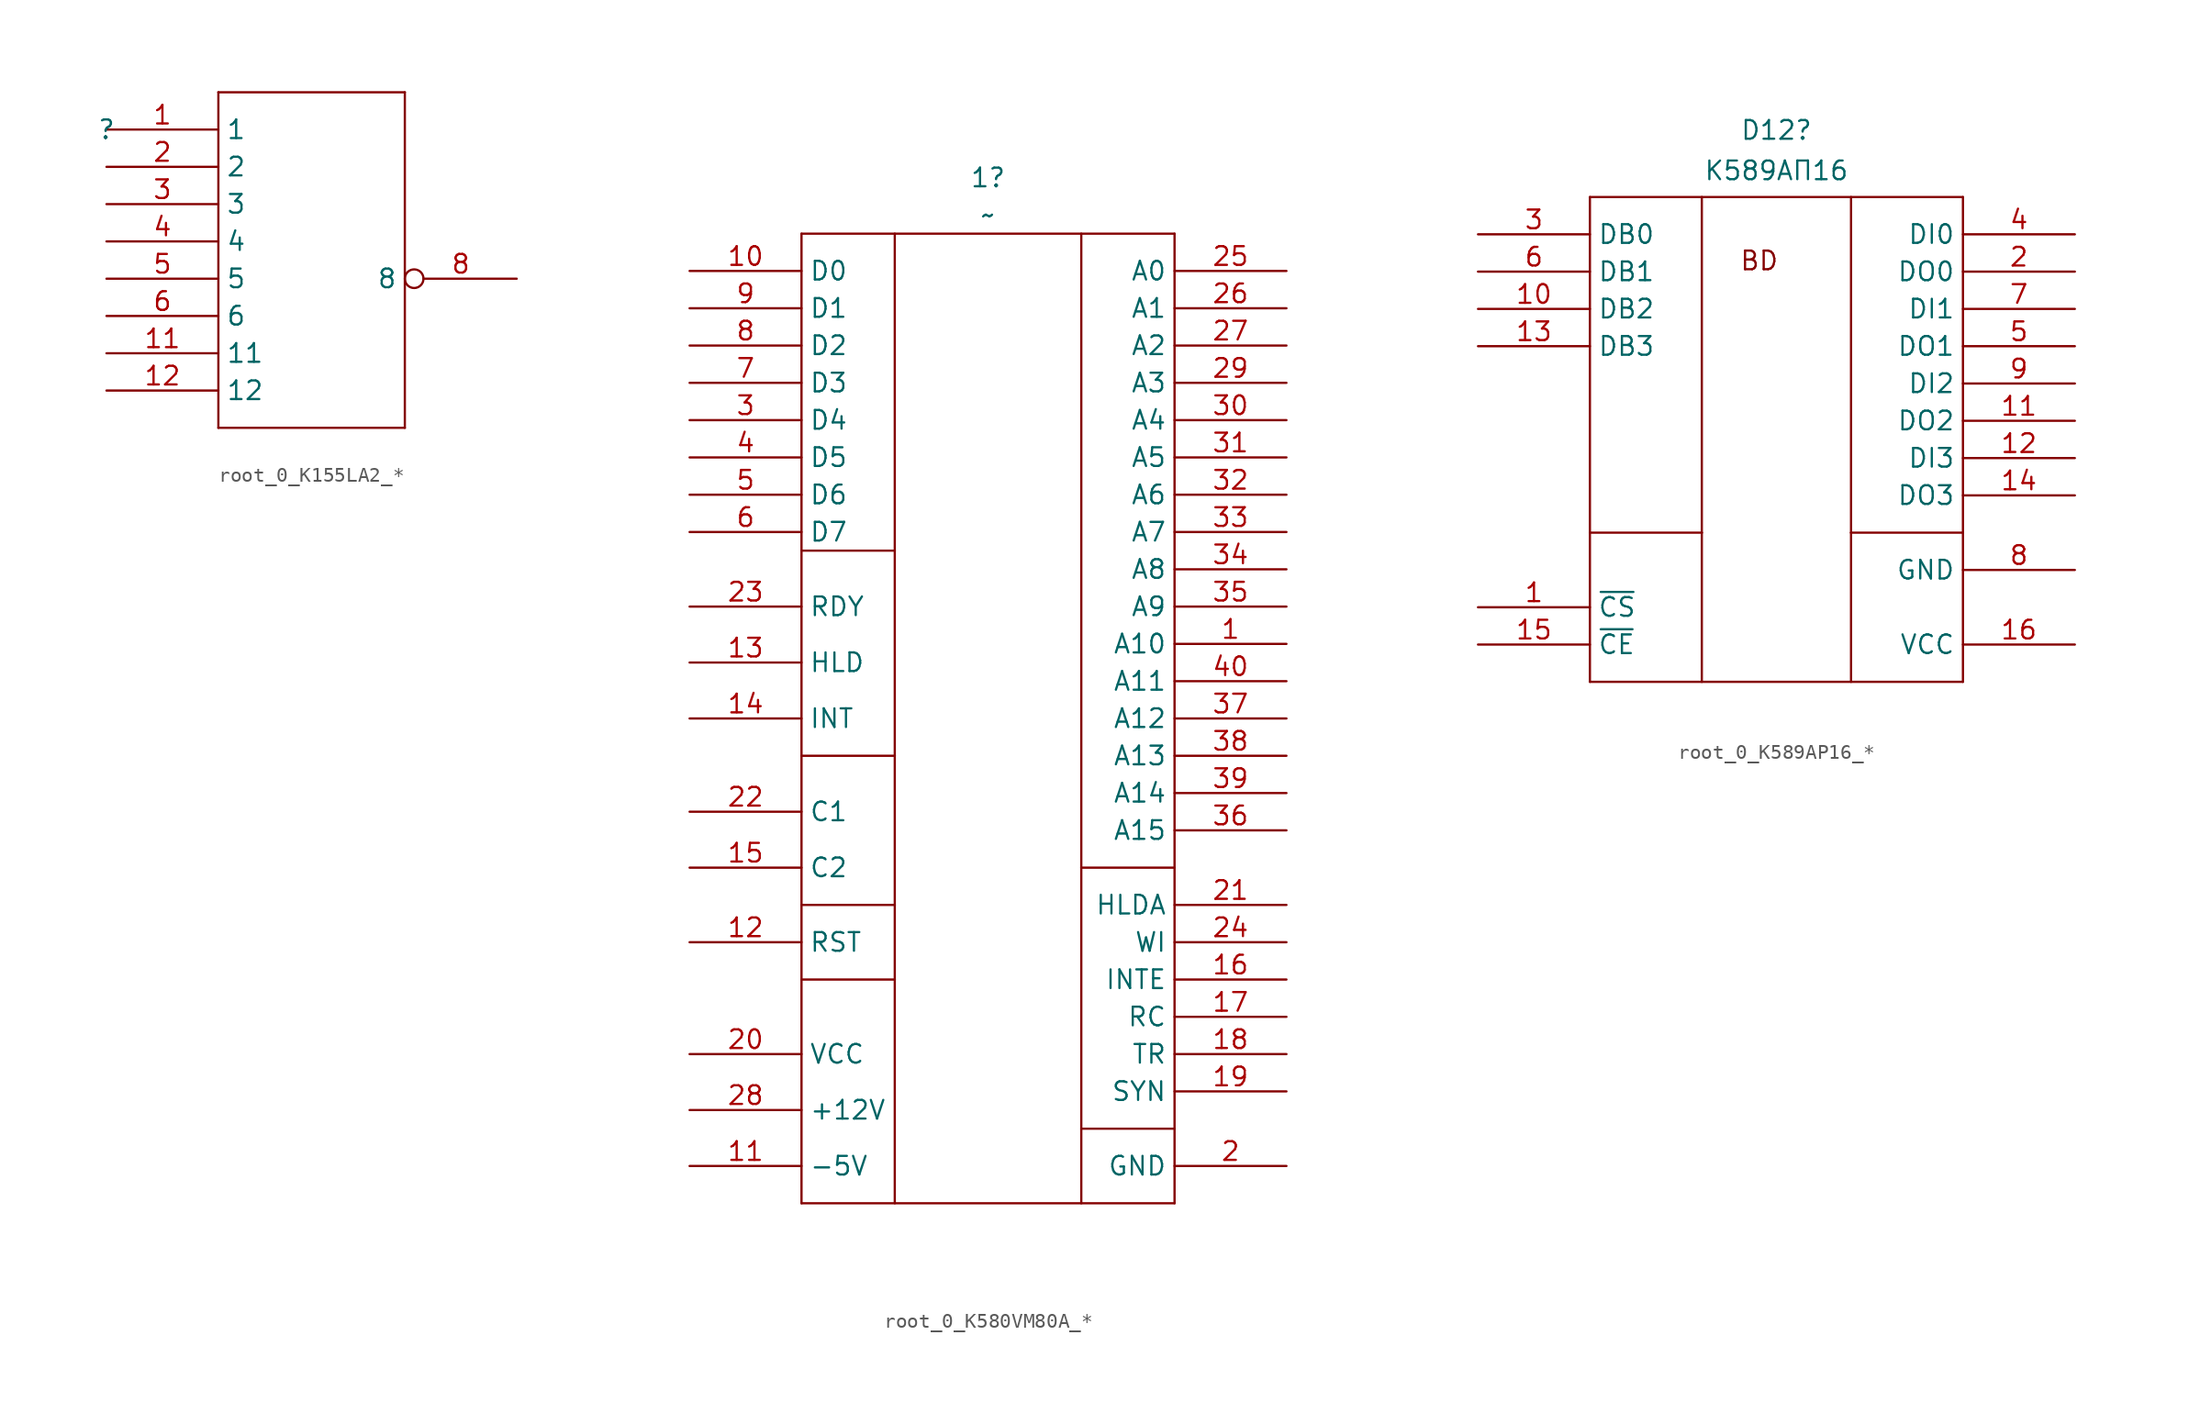
<source format=kicad_sym>
(kicad_symbol_lib
  (version 20241209)
  (generator "kicad_symbol_editor")
  (generator_version "9.0")
  (symbol "root_0_K155LA2_*"
    (property "Reference" ""
      (at 0 0 0)
      (effects (font (size 1.27 1.27))))
    (property "Value" ""
      (at 0 0 0)
      (effects (font (size 1.27 1.27))))
    (symbol "root_0_K155LA2_*_0_0"
      (pin power_in line (at 10.16 -7.62 90) (length 7.62) (hide yes) (name "GND" (effects (font (size 1.27 1.27)))) (number "7" (effects (font (size 1.27 1.27)))))
      (pin passive line (at 12.7 -7.62 90) (length 7.62) (hide yes) (name "" (effects (font (size 1.27 1.27)))) (number "9" (effects (font (size 1.27 1.27)))))
      (pin passive line (at 15.24 -7.62 90) (length 7.62) (hide yes) (name "" (effects (font (size 1.27 1.27)))) (number "10" (effects (font (size 1.27 1.27)))))
      (pin passive line (at 17.78 -7.62 90) (length 7.62) (hide yes) (name "" (effects (font (size 1.27 1.27)))) (number "13" (effects (font (size 1.27 1.27)))))
      (pin power_in line (at 20.32 -7.62 90) (length 7.62) (hide yes) (name "VCC" (effects (font (size 1.27 1.27)))) (number "14" (effects (font (size 1.27 1.27))))))
    (symbol "root_0_K155LA2_*_1_0"
      (polyline (pts (xy 7.62 2.54) (xy 20.32 2.54)) (stroke (width 0) (type solid)) (fill (type none)))
      (polyline (pts (xy 7.62 -20.32) (xy 7.62 2.54)) (stroke (width 0) (type solid)) (fill (type none)))
      (polyline (pts (xy 20.32 2.54) (xy 20.32 -20.32)) (stroke (width 0) (type solid)) (fill (type none)))
      (polyline (pts (xy 20.32 -20.32) (xy 7.62 -20.32)) (stroke (width 0) (type solid)) (fill (type none)))
      (pin passive line (at 0 0 0) (length 7.62) (name "1" (effects (font (size 1.27 1.27)))) (number "1" (effects (font (size 1.27 1.27)))))
      (pin passive line (at 0 -2.54 0) (length 7.62) (name "2" (effects (font (size 1.27 1.27)))) (number "2" (effects (font (size 1.27 1.27)))))
      (pin passive line (at 0 -5.08 0) (length 7.62) (name "3" (effects (font (size 1.27 1.27)))) (number "3" (effects (font (size 1.27 1.27)))))
      (pin passive line (at 0 -7.62 0) (length 7.62) (name "4" (effects (font (size 1.27 1.27)))) (number "4" (effects (font (size 1.27 1.27)))))
      (pin passive line (at 0 -10.16 0) (length 7.62) (name "5" (effects (font (size 1.27 1.27)))) (number "5" (effects (font (size 1.27 1.27)))))
      (pin passive line (at 0 -12.7 0) (length 7.62) (name "6" (effects (font (size 1.27 1.27)))) (number "6" (effects (font (size 1.27 1.27)))))
      (pin passive line (at 0 -15.24 0) (length 7.62) (name "11" (effects (font (size 1.27 1.27)))) (number "11" (effects (font (size 1.27 1.27)))))
      (pin passive line (at 0 -17.78 0) (length 7.62) (name "12" (effects (font (size 1.27 1.27)))) (number "12" (effects (font (size 1.27 1.27)))))
      (pin passive inverted (at 27.94 -10.16 180) (length 7.62) (name "8" (effects (font (size 1.27 1.27)))) (number "8" (effects (font (size 1.27 1.27)))))))
  (symbol "root_0_K580VM80A_*"
    (property "Reference" "1"
      (at -20.32 31.75 0)
      (effects (font (size 1.27 1.27))))
    (property "Value" "~"
      (at -20.32 29.21 0)
      (effects (font (size 1.27 1.27))))
    (symbol "root_0_K580VM80A_*_1_0"
      (polyline (pts (xy -33.02 27.94) (xy -7.62 27.94)) (stroke (width 0) (type solid)) (fill (type none)))
      (polyline (pts (xy -33.02 6.35) (xy -26.67 6.35)) (stroke (width 0) (type solid)) (fill (type none)))
      (polyline (pts (xy -33.02 -7.62) (xy -26.67 -7.62)) (stroke (width 0) (type solid)) (fill (type none)))
      (polyline (pts (xy -33.02 -17.78) (xy -26.67 -17.78)) (stroke (width 0) (type solid)) (fill (type none)))
      (polyline (pts (xy -33.02 -22.86) (xy -26.67 -22.86)) (stroke (width 0) (type solid)) (fill (type none)))
      (polyline (pts (xy -33.02 -38.1) (xy -33.02 27.94)) (stroke (width 0) (type solid)) (fill (type none)))
      (polyline (pts (xy -26.67 -38.1) (xy -26.67 27.94)) (stroke (width 0) (type solid)) (fill (type none)))
      (polyline (pts (xy -13.97 -38.1) (xy -13.97 27.94)) (stroke (width 0) (type solid)) (fill (type none)))
      (polyline (pts (xy -7.62 27.94) (xy -7.62 -38.1)) (stroke (width 0) (type solid)) (fill (type none)))
      (polyline (pts (xy -7.62 -15.24) (xy -13.97 -15.24)) (stroke (width 0) (type solid)) (fill (type none)))
      (polyline (pts (xy -7.62 -33.02) (xy -13.97 -33.02)) (stroke (width 0) (type solid)) (fill (type none)))
      (polyline (pts (xy -7.62 -38.1) (xy -33.02 -38.1)) (stroke (width 0) (type solid)) (fill (type none)))
      (pin passive line (at -40.64 25.4 0) (length 7.62) (name "D0" (effects (font (size 1.27 1.27)))) (number "10" (effects (font (size 1.27 1.27)))))
      (pin passive line (at -40.64 22.86 0) (length 7.62) (name "D1" (effects (font (size 1.27 1.27)))) (number "9" (effects (font (size 1.27 1.27)))))
      (pin passive line (at -40.64 20.32 0) (length 7.62) (name "D2" (effects (font (size 1.27 1.27)))) (number "8" (effects (font (size 1.27 1.27)))))
      (pin passive line (at -40.64 17.78 0) (length 7.62) (name "D3" (effects (font (size 1.27 1.27)))) (number "7" (effects (font (size 1.27 1.27)))))
      (pin passive line (at -40.64 15.24 0) (length 7.62) (name "D4" (effects (font (size 1.27 1.27)))) (number "3" (effects (font (size 1.27 1.27)))))
      (pin passive line (at -40.64 12.7 0) (length 7.62) (name "D5" (effects (font (size 1.27 1.27)))) (number "4" (effects (font (size 1.27 1.27)))))
      (pin passive line (at -40.64 10.16 0) (length 7.62) (name "D6" (effects (font (size 1.27 1.27)))) (number "5" (effects (font (size 1.27 1.27)))))
      (pin passive line (at -40.64 7.62 0) (length 7.62) (name "D7" (effects (font (size 1.27 1.27)))) (number "6" (effects (font (size 1.27 1.27)))))
      (pin passive line (at -40.64 2.54 0) (length 7.62) (name "RDY" (effects (font (size 1.27 1.27)))) (number "23" (effects (font (size 1.27 1.27)))))
      (pin passive line (at -40.64 -1.27 0) (length 7.62) (name "HLD" (effects (font (size 1.27 1.27)))) (number "13" (effects (font (size 1.27 1.27)))))
      (pin passive line (at -40.64 -5.08 0) (length 7.62) (name "INT" (effects (font (size 1.27 1.27)))) (number "14" (effects (font (size 1.27 1.27)))))
      (pin passive line (at -40.64 -11.43 0) (length 7.62) (name "C1" (effects (font (size 1.27 1.27)))) (number "22" (effects (font (size 1.27 1.27)))))
      (pin passive line (at -40.64 -15.24 0) (length 7.62) (name "C2" (effects (font (size 1.27 1.27)))) (number "15" (effects (font (size 1.27 1.27)))))
      (pin passive line (at -40.64 -20.32 0) (length 7.62) (name "RST" (effects (font (size 1.27 1.27)))) (number "12" (effects (font (size 1.27 1.27)))))
      (pin passive line (at -40.64 -27.94 0) (length 7.62) (name "VCC" (effects (font (size 1.27 1.27)))) (number "20" (effects (font (size 1.27 1.27)))))
      (pin passive line (at -40.64 -31.75 0) (length 7.62) (name "+12V" (effects (font (size 1.27 1.27)))) (number "28" (effects (font (size 1.27 1.27)))))
      (pin passive line (at -40.64 -35.56 0) (length 7.62) (name "-5V" (effects (font (size 1.27 1.27)))) (number "11" (effects (font (size 1.27 1.27)))))
      (pin passive line (at 0 25.4 180) (length 7.62) (name "A0" (effects (font (size 1.27 1.27)))) (number "25" (effects (font (size 1.27 1.27)))))
      (pin passive line (at 0 22.86 180) (length 7.62) (name "A1" (effects (font (size 1.27 1.27)))) (number "26" (effects (font (size 1.27 1.27)))))
      (pin passive line (at 0 20.32 180) (length 7.62) (name "A2" (effects (font (size 1.27 1.27)))) (number "27" (effects (font (size 1.27 1.27)))))
      (pin passive line (at 0 17.78 180) (length 7.62) (name "A3" (effects (font (size 1.27 1.27)))) (number "29" (effects (font (size 1.27 1.27)))))
      (pin passive line (at 0 15.24 180) (length 7.62) (name "A4" (effects (font (size 1.27 1.27)))) (number "30" (effects (font (size 1.27 1.27)))))
      (pin passive line (at 0 12.7 180) (length 7.62) (name "A5" (effects (font (size 1.27 1.27)))) (number "31" (effects (font (size 1.27 1.27)))))
      (pin passive line (at 0 10.16 180) (length 7.62) (name "A6" (effects (font (size 1.27 1.27)))) (number "32" (effects (font (size 1.27 1.27)))))
      (pin passive line (at 0 7.62 180) (length 7.62) (name "A7" (effects (font (size 1.27 1.27)))) (number "33" (effects (font (size 1.27 1.27)))))
      (pin passive line (at 0 5.08 180) (length 7.62) (name "A8" (effects (font (size 1.27 1.27)))) (number "34" (effects (font (size 1.27 1.27)))))
      (pin passive line (at 0 2.54 180) (length 7.62) (name "A9" (effects (font (size 1.27 1.27)))) (number "35" (effects (font (size 1.27 1.27)))))
      (pin passive line (at 0 0 180) (length 7.62) (name "A10" (effects (font (size 1.27 1.27)))) (number "1" (effects (font (size 1.27 1.27)))))
      (pin passive line (at 0 -2.54 180) (length 7.62) (name "A11" (effects (font (size 1.27 1.27)))) (number "40" (effects (font (size 1.27 1.27)))))
      (pin passive line (at 0 -5.08 180) (length 7.62) (name "A12" (effects (font (size 1.27 1.27)))) (number "37" (effects (font (size 1.27 1.27)))))
      (pin passive line (at 0 -7.62 180) (length 7.62) (name "A13" (effects (font (size 1.27 1.27)))) (number "38" (effects (font (size 1.27 1.27)))))
      (pin passive line (at 0 -10.16 180) (length 7.62) (name "A14" (effects (font (size 1.27 1.27)))) (number "39" (effects (font (size 1.27 1.27)))))
      (pin passive line (at 0 -12.7 180) (length 7.62) (name "A15" (effects (font (size 1.27 1.27)))) (number "36" (effects (font (size 1.27 1.27)))))
      (pin passive line (at 0 -17.78 180) (length 7.62) (name "HLDA" (effects (font (size 1.27 1.27)))) (number "21" (effects (font (size 1.27 1.27)))))
      (pin passive line (at 0 -20.32 180) (length 7.62) (name "WI" (effects (font (size 1.27 1.27)))) (number "24" (effects (font (size 1.27 1.27)))))
      (pin passive line (at 0 -22.86 180) (length 7.62) (name "INTE" (effects (font (size 1.27 1.27)))) (number "16" (effects (font (size 1.27 1.27)))))
      (pin passive line (at 0 -25.4 180) (length 7.62) (name "RC" (effects (font (size 1.27 1.27)))) (number "17" (effects (font (size 1.27 1.27)))))
      (pin passive line (at 0 -27.94 180) (length 7.62) (name "TR" (effects (font (size 1.27 1.27)))) (number "18" (effects (font (size 1.27 1.27)))))
      (pin passive line (at 0 -30.48 180) (length 7.62) (name "SYN" (effects (font (size 1.27 1.27)))) (number "19" (effects (font (size 1.27 1.27)))))
      (pin passive line (at 0 -35.56 180) (length 7.62) (name "GND" (effects (font (size 1.27 1.27)))) (number "2" (effects (font (size 1.27 1.27)))))))
  (symbol "root_0_K589AP16_*"
    (property "Reference" "D12"
      (at 20.32 31.75 0)
      (effects (font (size 1.27 1.27)) (justify bottom)))
    (property "Value" "K589АП16"
      (at 20.32 30.48 0)
      (effects (font (size 1.27 1.27)) (justify top)))
    (symbol "root_0_K589AP16_*_1_0"
      (polyline (pts (xy 7.62 27.94) (xy 33.02 27.94)) (stroke (width 0) (type solid)) (fill (type none)))
      (polyline (pts (xy 7.62 5.08) (xy 15.24 5.08)) (stroke (width 0) (type solid)) (fill (type none)))
      (polyline (pts (xy 7.62 -5.08) (xy 7.62 27.94)) (stroke (width 0) (type solid)) (fill (type none)))
      (polyline (pts (xy 15.24 27.94) (xy 15.24 5.08)) (stroke (width 0) (type solid)) (fill (type none)))
      (polyline (pts (xy 15.24 5.08) (xy 15.24 -5.08)) (stroke (width 0) (type solid)) (fill (type none)))
      (polyline (pts (xy 25.4 27.94) (xy 25.4 5.08)) (stroke (width 0) (type solid)) (fill (type none)))
      (polyline (pts (xy 25.4 5.08) (xy 25.4 -5.08)) (stroke (width 0) (type solid)) (fill (type none)))
      (polyline (pts (xy 25.4 5.08) (xy 33.02 5.08)) (stroke (width 0) (type solid)) (fill (type none)))
      (polyline (pts (xy 33.02 27.94) (xy 33.02 5.08)) (stroke (width 0) (type solid)) (fill (type none)))
      (polyline (pts (xy 33.02 5.08) (xy 33.02 -5.08)) (stroke (width 0) (type solid)) (fill (type none)))
      (polyline (pts (xy 33.02 -5.08) (xy 7.62 -5.08)) (stroke (width 0) (type solid)) (fill (type none)))
      (text "BD" (at 17.78 22.86 0) (effects (font (size 1.27 1.27)) (justify left bottom)))
      (pin passive line (at 0 25.4 0) (length 7.62) (name "DB0" (effects (font (size 1.27 1.27)))) (number "3" (effects (font (size 1.27 1.27)))))
      (pin passive line (at 0 22.86 0) (length 7.62) (name "DB1" (effects (font (size 1.27 1.27)))) (number "6" (effects (font (size 1.27 1.27)))))
      (pin passive line (at 0 20.32 0) (length 7.62) (name "DB2" (effects (font (size 1.27 1.27)))) (number "10" (effects (font (size 1.27 1.27)))))
      (pin passive line (at 0 17.78 0) (length 7.62) (name "DB3" (effects (font (size 1.27 1.27)))) (number "13" (effects (font (size 1.27 1.27)))))
      (pin passive line (at 0 0 0) (length 7.62) (name "~{CS}" (effects (font (size 1.27 1.27)))) (number "1" (effects (font (size 1.27 1.27)))))
      (pin passive line (at 0 -2.54 0) (length 7.62) (name "~{CE}" (effects (font (size 1.27 1.27)))) (number "15" (effects (font (size 1.27 1.27)))))
      (pin passive line (at 40.64 25.4 180) (length 7.62) (name "DI0" (effects (font (size 1.27 1.27)))) (number "4" (effects (font (size 1.27 1.27)))))
      (pin passive line (at 40.64 22.86 180) (length 7.62) (name "DO0" (effects (font (size 1.27 1.27)))) (number "2" (effects (font (size 1.27 1.27)))))
      (pin passive line (at 40.64 20.32 180) (length 7.62) (name "DI1" (effects (font (size 1.27 1.27)))) (number "7" (effects (font (size 1.27 1.27)))))
      (pin passive line (at 40.64 17.78 180) (length 7.62) (name "DO1" (effects (font (size 1.27 1.27)))) (number "5" (effects (font (size 1.27 1.27)))))
      (pin passive line (at 40.64 15.24 180) (length 7.62) (name "DI2" (effects (font (size 1.27 1.27)))) (number "9" (effects (font (size 1.27 1.27)))))
      (pin passive line (at 40.64 12.7 180) (length 7.62) (name "DO2" (effects (font (size 1.27 1.27)))) (number "11" (effects (font (size 1.27 1.27)))))
      (pin passive line (at 40.64 10.16 180) (length 7.62) (name "DI3" (effects (font (size 1.27 1.27)))) (number "12" (effects (font (size 1.27 1.27)))))
      (pin passive line (at 40.64 7.62 180) (length 7.62) (name "DO3" (effects (font (size 1.27 1.27)))) (number "14" (effects (font (size 1.27 1.27)))))
      (pin passive line (at 40.64 2.54 180) (length 7.62) (name "GND" (effects (font (size 1.27 1.27)))) (number "8" (effects (font (size 1.27 1.27)))))
      (pin passive line (at 40.64 -2.54 180) (length 7.62) (name "VCC" (effects (font (size 1.27 1.27)))) (number "16" (effects (font (size 1.27 1.27))))))))
</source>
